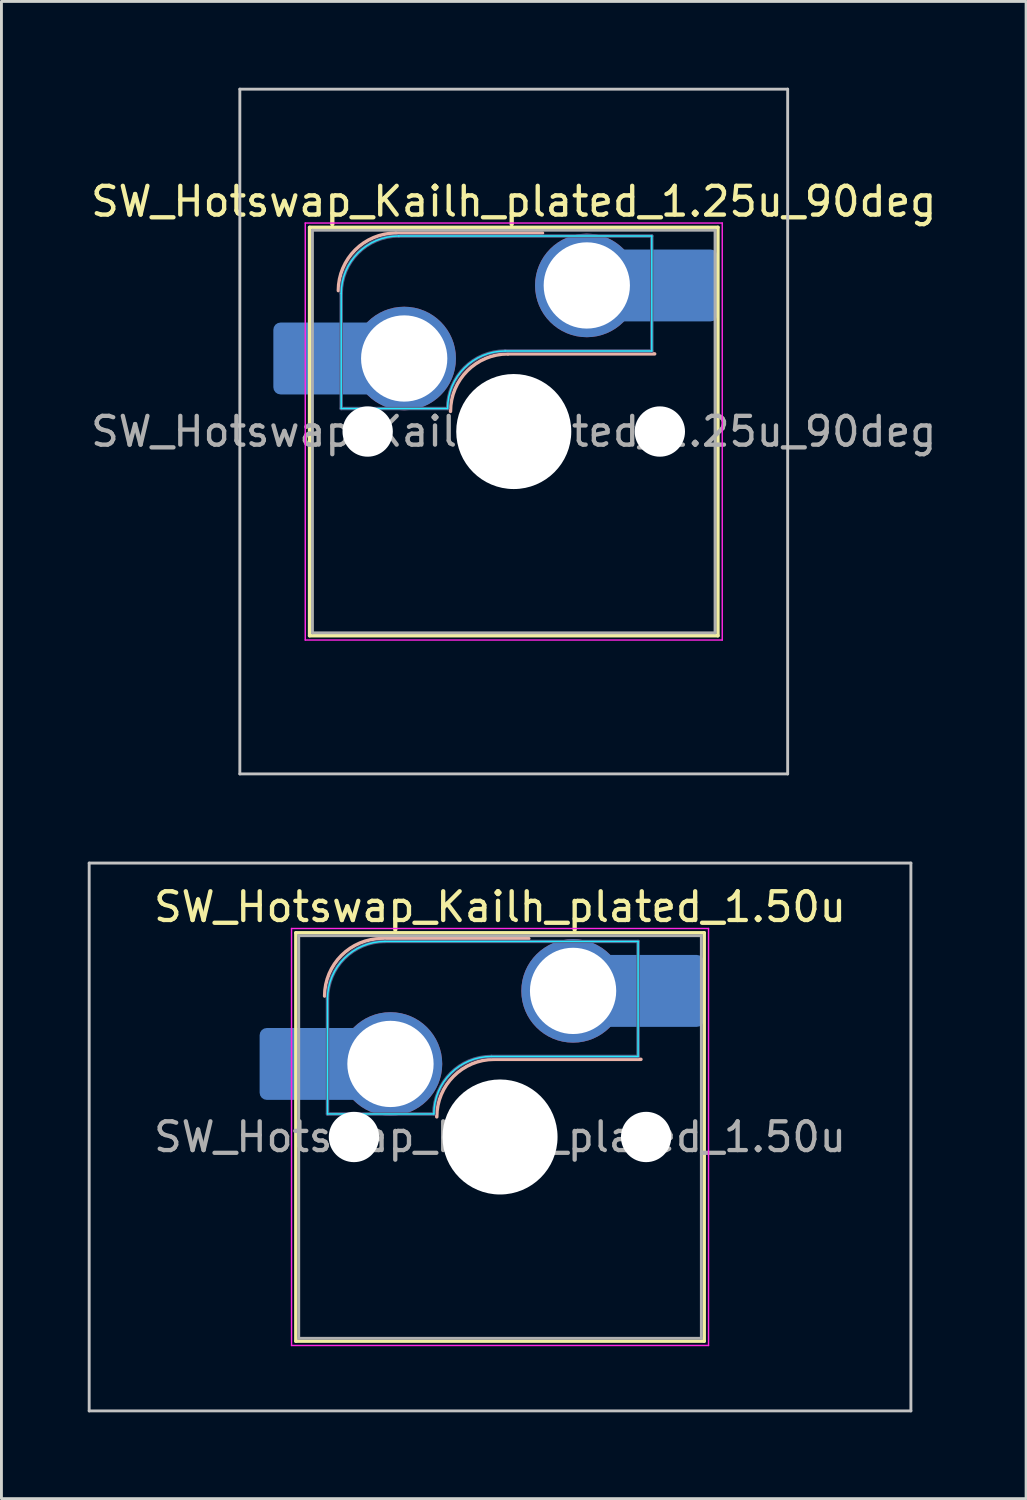
<source format=kicad_pcb>
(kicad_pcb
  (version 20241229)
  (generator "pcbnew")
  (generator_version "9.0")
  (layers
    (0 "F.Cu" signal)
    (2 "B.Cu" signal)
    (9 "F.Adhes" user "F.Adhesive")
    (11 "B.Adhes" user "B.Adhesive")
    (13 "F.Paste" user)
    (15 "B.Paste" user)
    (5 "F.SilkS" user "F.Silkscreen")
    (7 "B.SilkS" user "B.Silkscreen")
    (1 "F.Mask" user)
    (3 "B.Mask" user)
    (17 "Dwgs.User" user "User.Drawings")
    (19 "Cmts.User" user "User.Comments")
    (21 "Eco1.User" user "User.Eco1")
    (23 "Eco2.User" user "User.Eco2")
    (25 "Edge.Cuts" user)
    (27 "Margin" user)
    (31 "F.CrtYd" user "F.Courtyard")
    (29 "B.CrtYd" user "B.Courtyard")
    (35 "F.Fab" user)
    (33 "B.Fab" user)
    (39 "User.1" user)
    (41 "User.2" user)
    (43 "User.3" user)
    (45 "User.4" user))
  (footprint "SW_Hotswap_Kailh_plated_1.25u_90deg"
    (layer "F.Cu")
    (at 14.815 11.956)
    (property "Reference" "SW_Hotswap_Kailh_plated_1.25u_90deg" (at 0 -8 0) (layer "F.SilkS") (effects (font (size 1 1) (thickness 0.15))))
    (attr smd)
    (fp_line (start -7.1 -7.1) (end -7.1 7.1) (stroke (width 0.12) (type solid)) (layer "F.SilkS"))
    (fp_line (start -7.1 7.1) (end 7.1 7.1) (stroke (width 0.12) (type solid)) (layer "F.SilkS"))
    (fp_line (start 7.1 -7.1) (end -7.1 -7.1) (stroke (width 0.12) (type solid)) (layer "F.SilkS"))
    (fp_line (start 7.1 7.1) (end 7.1 -7.1) (stroke (width 0.12) (type solid)) (layer "F.SilkS"))
    (fp_line (start -4.1 -6.9) (end 1 -6.9) (stroke (width 0.12) (type solid)) (layer "B.SilkS"))
    (fp_line (start -0.2 -2.7) (end 4.9 -2.7) (stroke (width 0.12) (type solid)) (layer "B.SilkS"))
    (fp_arc (start -6.1 -4.9) (mid -5.514214 -6.314214) (end -4.1 -6.9) (stroke (width 0.12) (type solid)) (layer "B.SilkS"))
    (fp_arc (start -2.2 -0.7) (mid -1.614214 -2.114214) (end -0.2 -2.7) (stroke (width 0.12) (type solid)) (layer "B.SilkS"))
    (fp_line (start -9.525 -11.906) (end 9.525 -11.906) (stroke (width 0.1) (type solid)) (layer "Dwgs.User"))
    (fp_line (start -9.525 11.906) (end -9.525 -11.906) (stroke (width 0.1) (type solid)) (layer "Dwgs.User"))
    (fp_line (start 9.525 -11.906) (end 9.525 11.906) (stroke (width 0.1) (type solid)) (layer "Dwgs.User"))
    (fp_line (start 9.525 11.906) (end -9.525 11.906) (stroke (width 0.1) (type solid)) (layer "Dwgs.User"))
    (fp_line (start -7.8 -6) (end -7 -6) (stroke (width 0.1) (type solid)) (layer "Eco1.User"))
    (fp_line (start -7.8 -2.9) (end -7.8 -6) (stroke (width 0.1) (type solid)) (layer "Eco1.User"))
    (fp_line (start -7.8 2.9) (end -7 2.9) (stroke (width 0.1) (type solid)) (layer "Eco1.User"))
    (fp_line (start -7.8 6) (end -7.8 2.9) (stroke (width 0.1) (type solid)) (layer "Eco1.User"))
    (fp_line (start -7 -7) (end 7 -7) (stroke (width 0.1) (type solid)) (layer "Eco1.User"))
    (fp_line (start -7 -6) (end -7 -7) (stroke (width 0.1) (type solid)) (layer "Eco1.User"))
    (fp_line (start -7 -2.9) (end -7.8 -2.9) (stroke (width 0.1) (type solid)) (layer "Eco1.User"))
    (fp_line (start -7 2.9) (end -7 -2.9) (stroke (width 0.1) (type solid)) (layer "Eco1.User"))
    (fp_line (start -7 6) (end -7.8 6) (stroke (width 0.1) (type solid)) (layer "Eco1.User"))
    (fp_line (start -7 7) (end -7 6) (stroke (width 0.1) (type solid)) (layer "Eco1.User"))
    (fp_line (start 7 -7) (end 7 -6) (stroke (width 0.1) (type solid)) (layer "Eco1.User"))
    (fp_line (start 7 -6) (end 7.8 -6) (stroke (width 0.1) (type solid)) (layer "Eco1.User"))
    (fp_line (start 7 -2.9) (end 7 2.9) (stroke (width 0.1) (type solid)) (layer "Eco1.User"))
    (fp_line (start 7 2.9) (end 7.8 2.9) (stroke (width 0.1) (type solid)) (layer "Eco1.User"))
    (fp_line (start 7 6) (end 7 7) (stroke (width 0.1) (type solid)) (layer "Eco1.User"))
    (fp_line (start 7 7) (end -7 7) (stroke (width 0.1) (type solid)) (layer "Eco1.User"))
    (fp_line (start 7.8 -6) (end 7.8 -2.9) (stroke (width 0.1) (type solid)) (layer "Eco1.User"))
    (fp_line (start 7.8 -2.9) (end 7 -2.9) (stroke (width 0.1) (type solid)) (layer "Eco1.User"))
    (fp_line (start 7.8 2.9) (end 7.8 6) (stroke (width 0.1) (type solid)) (layer "Eco1.User"))
    (fp_line (start 7.8 6) (end 7 6) (stroke (width 0.1) (type solid)) (layer "Eco1.User"))
    (fp_line (start -6 -0.8) (end -6 -4.8) (stroke (width 0.05) (type solid)) (layer "B.CrtYd"))
    (fp_line (start -6 -0.8) (end -2.3 -0.8) (stroke (width 0.05) (type solid)) (layer "B.CrtYd"))
    (fp_line (start -4 -6.8) (end 4.8 -6.8) (stroke (width 0.05) (type solid)) (layer "B.CrtYd"))
    (fp_line (start -0.3 -2.8) (end 4.8 -2.8) (stroke (width 0.05) (type solid)) (layer "B.CrtYd"))
    (fp_line (start 4.8 -6.8) (end 4.8 -2.8) (stroke (width 0.05) (type solid)) (layer "B.CrtYd"))
    (fp_arc (start -6 -4.8) (mid -5.414214 -6.214214) (end -4 -6.8) (stroke (width 0.05) (type solid)) (layer "B.CrtYd"))
    (fp_arc (start -2.3 -0.8) (mid -1.714214 -2.214214) (end -0.3 -2.8) (stroke (width 0.05) (type solid)) (layer "B.CrtYd"))
    (fp_line (start -7.25 -7.25) (end -7.25 7.25) (stroke (width 0.05) (type solid)) (layer "F.CrtYd"))
    (fp_line (start -7.25 7.25) (end 7.25 7.25) (stroke (width 0.05) (type solid)) (layer "F.CrtYd"))
    (fp_line (start 7.25 -7.25) (end -7.25 -7.25) (stroke (width 0.05) (type solid)) (layer "F.CrtYd"))
    (fp_line (start 7.25 7.25) (end 7.25 -7.25) (stroke (width 0.05) (type solid)) (layer "F.CrtYd"))
    (fp_line (start -6 -0.8) (end -6 -4.8) (stroke (width 0.12) (type solid)) (layer "B.Fab"))
    (fp_line (start -6 -0.8) (end -2.3 -0.8) (stroke (width 0.12) (type solid)) (layer "B.Fab"))
    (fp_line (start -4 -6.8) (end 4.8 -6.8) (stroke (width 0.12) (type solid)) (layer "B.Fab"))
    (fp_line (start -0.3 -2.8) (end 4.8 -2.8) (stroke (width 0.12) (type solid)) (layer "B.Fab"))
    (fp_line (start 4.8 -6.8) (end 4.8 -2.8) (stroke (width 0.12) (type solid)) (layer "B.Fab"))
    (fp_arc (start -6 -4.8) (mid -5.414214 -6.214214) (end -4 -6.8) (stroke (width 0.12) (type solid)) (layer "B.Fab"))
    (fp_arc (start -2.3 -0.8) (mid -1.714214 -2.214214) (end -0.3 -2.8) (stroke (width 0.12) (type solid)) (layer "B.Fab"))
    (fp_line (start -7 -7) (end -7 7) (stroke (width 0.1) (type solid)) (layer "F.Fab"))
    (fp_line (start -7 7) (end 7 7) (stroke (width 0.1) (type solid)) (layer "F.Fab"))
    (fp_line (start 7 -7) (end -7 -7) (stroke (width 0.1) (type solid)) (layer "F.Fab"))
    (fp_line (start 7 7) (end 7 -7) (stroke (width 0.1) (type solid)) (layer "F.Fab"))
    (fp_text user "${REFERENCE}" (at 0 0 0) (layer "F.Fab") (effects (font (size 1 1) (thickness 0.15))))
    (pad "" smd roundrect (at -7.085 -2.54) (size 2.55 2.5) (layers "B.Mask" "B.Paste") (roundrect_rratio 0.1))
    (pad "" np_thru_hole circle (at -5.08 0) (size 1.75 1.75) (drill 1.75) (layers "*.Cu" "*.Mask"))
    (pad "" np_thru_hole circle (at 0 0) (size 4 4) (drill 4) (layers "*.Cu" "*.Mask"))
    (pad "" np_thru_hole circle (at 5.08 0) (size 1.75 1.75) (drill 1.75) (layers "*.Cu" "*.Mask"))
    (pad "" smd roundrect (at 5.842 -5.08) (size 2.55 2.5) (layers "B.Mask" "B.Paste") (roundrect_rratio 0.1))
    (pad "1" smd roundrect (at -6.585 -2.54) (size 3.55 2.5) (layers "B.Cu") (roundrect_rratio 0.1))
    (pad "1" thru_hole circle (at -3.81 -2.54) (size 3.6 3.6) (drill 3) (layers "*.Cu" "B.Mask"))
    (pad "2" thru_hole circle (at 2.54 -5.08) (size 3.6 3.6) (drill 3) (layers "*.Cu" "B.Mask"))
    (pad "2" smd roundrect (at 5.32 -5.08) (size 3.55 2.5) (layers "B.Cu") (roundrect_rratio 0.1)))
  (footprint "SW_Hotswap_Kailh_plated_1.50u"
    (layer "F.Cu")
    (at 14.338 36.487)
    (property "Reference" "SW_Hotswap_Kailh_plated_1.50u" (at 0 -8 0) (layer "F.SilkS") (effects (font (size 1 1) (thickness 0.15))))
    (attr smd)
    (fp_line (start -7.1 -7.1) (end -7.1 7.1) (stroke (width 0.12) (type solid)) (layer "F.SilkS"))
    (fp_line (start -7.1 7.1) (end 7.1 7.1) (stroke (width 0.12) (type solid)) (layer "F.SilkS"))
    (fp_line (start 7.1 -7.1) (end -7.1 -7.1) (stroke (width 0.12) (type solid)) (layer "F.SilkS"))
    (fp_line (start 7.1 7.1) (end 7.1 -7.1) (stroke (width 0.12) (type solid)) (layer "F.SilkS"))
    (fp_line (start -4.1 -6.9) (end 1 -6.9) (stroke (width 0.12) (type solid)) (layer "B.SilkS"))
    (fp_line (start -0.2 -2.7) (end 4.9 -2.7) (stroke (width 0.12) (type solid)) (layer "B.SilkS"))
    (fp_arc (start -6.1 -4.9) (mid -5.514214 -6.314214) (end -4.1 -6.9) (stroke (width 0.12) (type solid)) (layer "B.SilkS"))
    (fp_arc (start -2.2 -0.7) (mid -1.614214 -2.114214) (end -0.2 -2.7) (stroke (width 0.12) (type solid)) (layer "B.SilkS"))
    (fp_line (start -14.287 -9.525) (end -14.287 9.525) (stroke (width 0.1) (type solid)) (layer "Dwgs.User"))
    (fp_line (start -14.287 9.525) (end 14.287 9.525) (stroke (width 0.1) (type solid)) (layer "Dwgs.User"))
    (fp_line (start 14.287 -9.525) (end -14.287 -9.525) (stroke (width 0.1) (type solid)) (layer "Dwgs.User"))
    (fp_line (start 14.287 9.525) (end 14.287 -9.525) (stroke (width 0.1) (type solid)) (layer "Dwgs.User"))
    (fp_line (start -7.8 -6) (end -7 -6) (stroke (width 0.1) (type solid)) (layer "Eco1.User"))
    (fp_line (start -7.8 -2.9) (end -7.8 -6) (stroke (width 0.1) (type solid)) (layer "Eco1.User"))
    (fp_line (start -7.8 2.9) (end -7 2.9) (stroke (width 0.1) (type solid)) (layer "Eco1.User"))
    (fp_line (start -7.8 6) (end -7.8 2.9) (stroke (width 0.1) (type solid)) (layer "Eco1.User"))
    (fp_line (start -7 -7) (end 7 -7) (stroke (width 0.1) (type solid)) (layer "Eco1.User"))
    (fp_line (start -7 -6) (end -7 -7) (stroke (width 0.1) (type solid)) (layer "Eco1.User"))
    (fp_line (start -7 -2.9) (end -7.8 -2.9) (stroke (width 0.1) (type solid)) (layer "Eco1.User"))
    (fp_line (start -7 2.9) (end -7 -2.9) (stroke (width 0.1) (type solid)) (layer "Eco1.User"))
    (fp_line (start -7 6) (end -7.8 6) (stroke (width 0.1) (type solid)) (layer "Eco1.User"))
    (fp_line (start -7 7) (end -7 6) (stroke (width 0.1) (type solid)) (layer "Eco1.User"))
    (fp_line (start 7 -7) (end 7 -6) (stroke (width 0.1) (type solid)) (layer "Eco1.User"))
    (fp_line (start 7 -6) (end 7.8 -6) (stroke (width 0.1) (type solid)) (layer "Eco1.User"))
    (fp_line (start 7 -2.9) (end 7 2.9) (stroke (width 0.1) (type solid)) (layer "Eco1.User"))
    (fp_line (start 7 2.9) (end 7.8 2.9) (stroke (width 0.1) (type solid)) (layer "Eco1.User"))
    (fp_line (start 7 6) (end 7 7) (stroke (width 0.1) (type solid)) (layer "Eco1.User"))
    (fp_line (start 7 7) (end -7 7) (stroke (width 0.1) (type solid)) (layer "Eco1.User"))
    (fp_line (start 7.8 -6) (end 7.8 -2.9) (stroke (width 0.1) (type solid)) (layer "Eco1.User"))
    (fp_line (start 7.8 -2.9) (end 7 -2.9) (stroke (width 0.1) (type solid)) (layer "Eco1.User"))
    (fp_line (start 7.8 2.9) (end 7.8 6) (stroke (width 0.1) (type solid)) (layer "Eco1.User"))
    (fp_line (start 7.8 6) (end 7 6) (stroke (width 0.1) (type solid)) (layer "Eco1.User"))
    (fp_line (start -6 -0.8) (end -6 -4.8) (stroke (width 0.05) (type solid)) (layer "B.CrtYd"))
    (fp_line (start -6 -0.8) (end -2.3 -0.8) (stroke (width 0.05) (type solid)) (layer "B.CrtYd"))
    (fp_line (start -4 -6.8) (end 4.8 -6.8) (stroke (width 0.05) (type solid)) (layer "B.CrtYd"))
    (fp_line (start -0.3 -2.8) (end 4.8 -2.8) (stroke (width 0.05) (type solid)) (layer "B.CrtYd"))
    (fp_line (start 4.8 -6.8) (end 4.8 -2.8) (stroke (width 0.05) (type solid)) (layer "B.CrtYd"))
    (fp_arc (start -6 -4.8) (mid -5.414214 -6.214214) (end -4 -6.8) (stroke (width 0.05) (type solid)) (layer "B.CrtYd"))
    (fp_arc (start -2.3 -0.8) (mid -1.714214 -2.214214) (end -0.3 -2.8) (stroke (width 0.05) (type solid)) (layer "B.CrtYd"))
    (fp_line (start -7.25 -7.25) (end -7.25 7.25) (stroke (width 0.05) (type solid)) (layer "F.CrtYd"))
    (fp_line (start -7.25 7.25) (end 7.25 7.25) (stroke (width 0.05) (type solid)) (layer "F.CrtYd"))
    (fp_line (start 7.25 -7.25) (end -7.25 -7.25) (stroke (width 0.05) (type solid)) (layer "F.CrtYd"))
    (fp_line (start 7.25 7.25) (end 7.25 -7.25) (stroke (width 0.05) (type solid)) (layer "F.CrtYd"))
    (fp_line (start -6 -0.8) (end -6 -4.8) (stroke (width 0.12) (type solid)) (layer "B.Fab"))
    (fp_line (start -6 -0.8) (end -2.3 -0.8) (stroke (width 0.12) (type solid)) (layer "B.Fab"))
    (fp_line (start -4 -6.8) (end 4.8 -6.8) (stroke (width 0.12) (type solid)) (layer "B.Fab"))
    (fp_line (start -0.3 -2.8) (end 4.8 -2.8) (stroke (width 0.12) (type solid)) (layer "B.Fab"))
    (fp_line (start 4.8 -6.8) (end 4.8 -2.8) (stroke (width 0.12) (type solid)) (layer "B.Fab"))
    (fp_arc (start -6 -4.8) (mid -5.414214 -6.214214) (end -4 -6.8) (stroke (width 0.12) (type solid)) (layer "B.Fab"))
    (fp_arc (start -2.3 -0.8) (mid -1.714214 -2.214214) (end -0.3 -2.8) (stroke (width 0.12) (type solid)) (layer "B.Fab"))
    (fp_line (start -7 -7) (end -7 7) (stroke (width 0.1) (type solid)) (layer "F.Fab"))
    (fp_line (start -7 7) (end 7 7) (stroke (width 0.1) (type solid)) (layer "F.Fab"))
    (fp_line (start 7 -7) (end -7 -7) (stroke (width 0.1) (type solid)) (layer "F.Fab"))
    (fp_line (start 7 7) (end 7 -7) (stroke (width 0.1) (type solid)) (layer "F.Fab"))
    (fp_text user "${REFERENCE}" (at 0 0 0) (layer "F.Fab") (effects (font (size 1 1) (thickness 0.15))))
    (pad "" smd roundrect (at -7.085 -2.54) (size 2.55 2.5) (layers "B.Mask" "B.Paste") (roundrect_rratio 0.1))
    (pad "" np_thru_hole circle (at -5.08 0) (size 1.75 1.75) (drill 1.75) (layers "*.Cu" "*.Mask"))
    (pad "" np_thru_hole circle (at 0 0) (size 4 4) (drill 4) (layers "*.Cu" "*.Mask"))
    (pad "" np_thru_hole circle (at 5.08 0) (size 1.75 1.75) (drill 1.75) (layers "*.Cu" "*.Mask"))
    (pad "" smd roundrect (at 5.842 -5.08) (size 2.55 2.5) (layers "B.Mask" "B.Paste") (roundrect_rratio 0.1))
    (pad "1" smd roundrect (at -6.585 -2.54) (size 3.55 2.5) (layers "B.Cu") (roundrect_rratio 0.1))
    (pad "1" thru_hole circle (at -3.81 -2.54) (size 3.6 3.6) (drill 3) (layers "*.Cu" "B.Mask"))
    (pad "2" thru_hole circle (at 2.54 -5.08) (size 3.6 3.6) (drill 3) (layers "*.Cu" "B.Mask"))
    (pad "2" smd roundrect (at 5.32 -5.08) (size 3.55 2.5) (layers "B.Cu") (roundrect_rratio 0.1)))
  (gr_rect
    (start -3 -3)
    (end 32.631 49.062)
    (stroke (width 0.1) (type default))
    (fill no)
    (layer "Edge.Cuts")))
</source>
